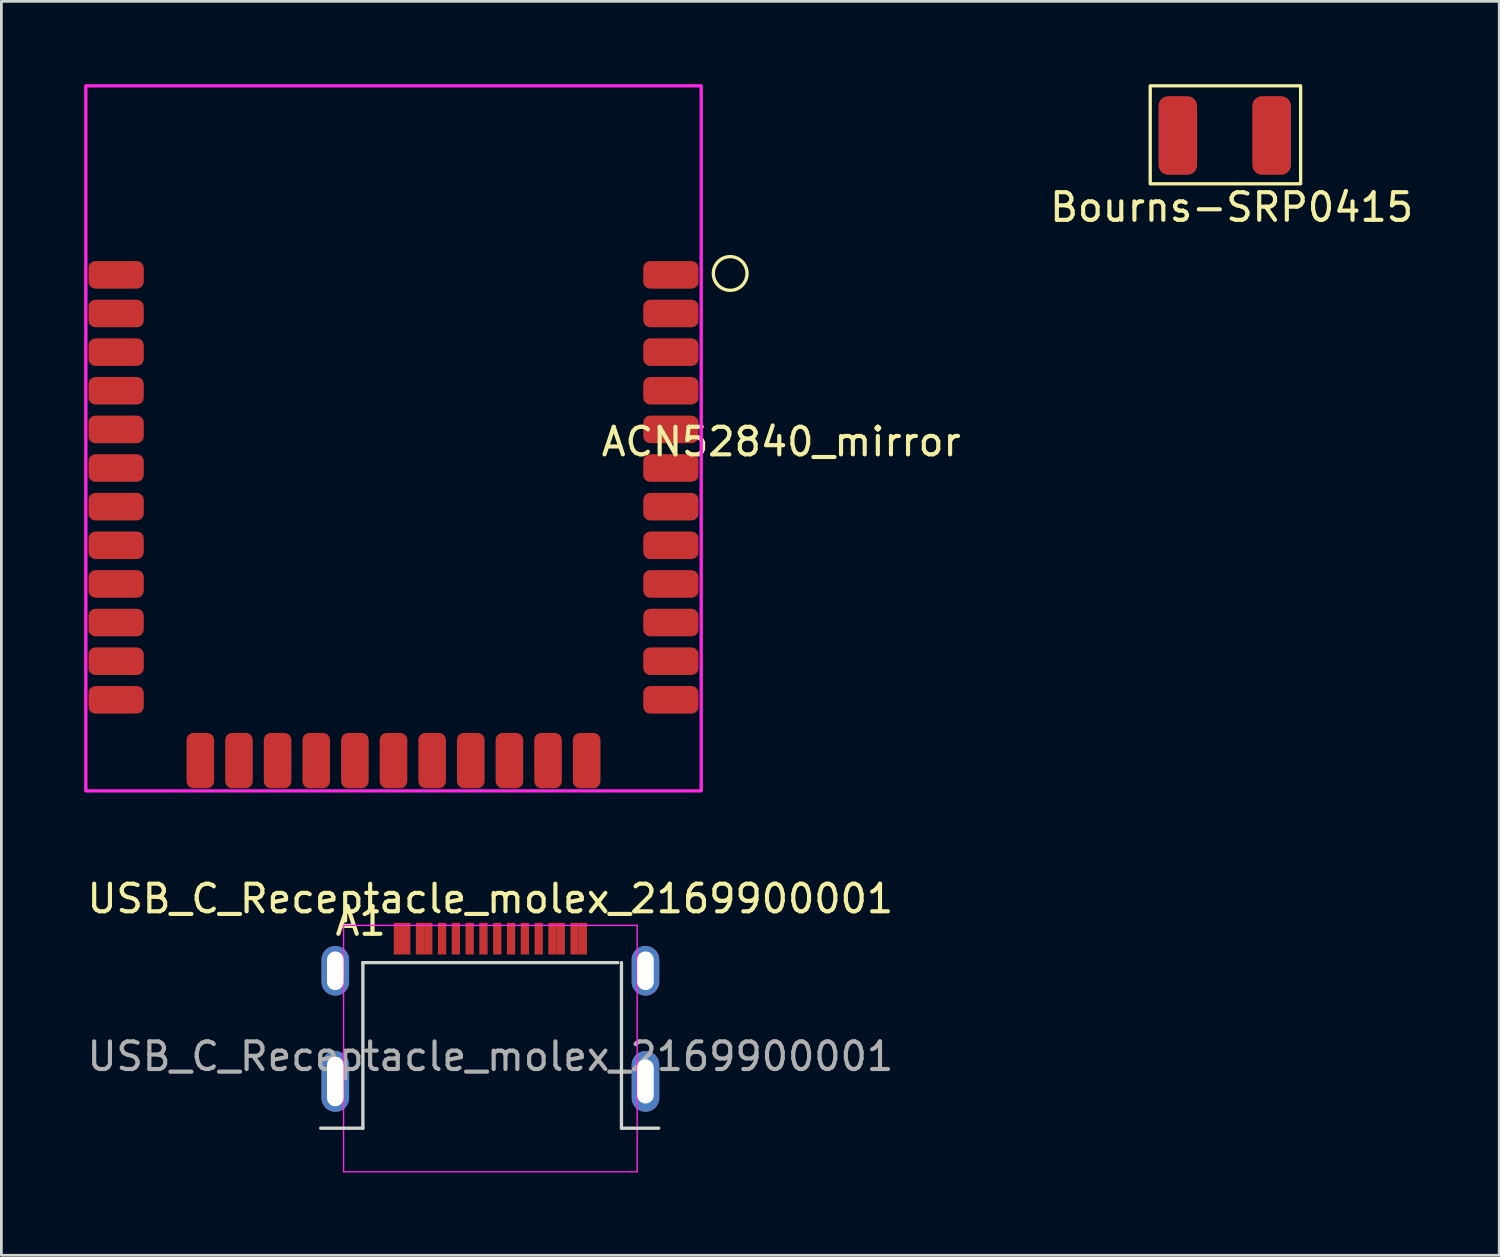
<source format=kicad_pcb>
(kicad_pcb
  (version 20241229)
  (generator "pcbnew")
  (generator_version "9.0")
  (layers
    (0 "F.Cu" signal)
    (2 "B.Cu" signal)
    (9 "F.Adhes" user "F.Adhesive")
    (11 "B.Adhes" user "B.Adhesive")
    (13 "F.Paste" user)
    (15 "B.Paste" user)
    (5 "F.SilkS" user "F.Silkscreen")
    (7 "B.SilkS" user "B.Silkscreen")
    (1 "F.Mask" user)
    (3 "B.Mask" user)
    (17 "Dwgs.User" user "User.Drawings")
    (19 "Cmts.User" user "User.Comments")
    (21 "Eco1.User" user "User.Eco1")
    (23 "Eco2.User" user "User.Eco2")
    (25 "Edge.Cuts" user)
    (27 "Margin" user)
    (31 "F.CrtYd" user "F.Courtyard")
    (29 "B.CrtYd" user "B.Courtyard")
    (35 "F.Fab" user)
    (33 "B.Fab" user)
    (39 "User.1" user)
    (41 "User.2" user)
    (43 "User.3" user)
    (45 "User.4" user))
  (footprint "Bourns-SRP0415"
    (layer "F.Cu")
    (at 41.331 1.86)
    (property "Reference" "Bourns-SRP0415" (at 0.25 2.6 0) (unlocked yes) (layer "F.SilkS") (effects (font (size 1 1) (thickness 0.15))))
    (attr smd)
    (fp_rect (start -2.7 -1.8) (end 2.75 1.75) (stroke (width 0.12) (type solid)) (fill no) (layer "F.SilkS"))
    (pad "1" smd roundrect (at -1.7 0) (size 1.4 2.85) (layers "F.Cu" "F.Mask" "F.Paste") (roundrect_rratio 0.25))
    (pad "2" smd roundrect (at 1.7 0) (size 1.4 2.85) (layers "F.Cu" "F.Mask" "F.Paste") (roundrect_rratio 0.25)))
  (footprint "ACN52840_mirror"
    (layer "F.Cu")
    (at 11.21 15.31)
    (property "Reference" "ACN52840_mirror" (at 14.05 -2.35 0) (unlocked yes) (layer "F.SilkS") (effects (font (size 1 1) (thickness 0.15))))
    (attr smd)
    (fp_circle (center 12.2 -8.45) (end 12.55 -7.95) (stroke (width 0.12) (type solid)) (fill no) (layer "F.SilkS"))
    (fp_line (start -11.025 -9.95) (end -8.75 -9.95) (stroke (width 0.12) (type solid)) (layer "Eco2.User"))
    (fp_line (start -8.75 -9.95) (end -8.75 7.85) (stroke (width 0.12) (type solid)) (layer "Eco2.User"))
    (fp_line (start -8.75 7.85) (end 8.7 7.85) (stroke (width 0.12) (type solid)) (layer "Eco2.User"))
    (fp_line (start 8.7 -9.95) (end 11.15 -9.95) (stroke (width 0.12) (type solid)) (layer "Eco2.User"))
    (fp_line (start 8.7 7.85) (end 8.7 -9.95) (stroke (width 0.12) (type solid)) (layer "Eco2.User"))
    (fp_rect (start 11.15 -15.25) (end -11.15 10.3) (stroke (width 0.12) (type solid)) (fill no) (layer "F.CrtYd"))
    (pad "1" smd roundrect (at 10.05 -8.4) (size 2 1) (layers "F.Cu" "F.Mask" "F.Paste") (roundrect_rratio 0.25))
    (pad "2" smd roundrect (at 10.05 -7) (size 2 1) (layers "F.Cu" "F.Mask" "F.Paste") (roundrect_rratio 0.25))
    (pad "3" smd roundrect (at 10.05 -5.6) (size 2 1) (layers "F.Cu" "F.Mask" "F.Paste") (roundrect_rratio 0.25))
    (pad "4" smd roundrect (at 10.05 -4.2) (size 2 1) (layers "F.Cu" "F.Mask" "F.Paste") (roundrect_rratio 0.25))
    (pad "5" smd roundrect (at 10.05 -2.8) (size 2 1) (layers "F.Cu" "F.Mask" "F.Paste") (roundrect_rratio 0.25))
    (pad "6" smd roundrect (at 10.05 -1.4) (size 2 1) (layers "F.Cu" "F.Mask" "F.Paste") (roundrect_rratio 0.25))
    (pad "7" smd roundrect (at 10.05 0) (size 2 1) (layers "F.Cu" "F.Mask" "F.Paste") (roundrect_rratio 0.25))
    (pad "8" smd roundrect (at 10.05 1.4) (size 2 1) (layers "F.Cu" "F.Mask" "F.Paste") (roundrect_rratio 0.25))
    (pad "9" smd roundrect (at 10.05 2.8) (size 2 1) (layers "F.Cu" "F.Mask" "F.Paste") (roundrect_rratio 0.25))
    (pad "10" smd roundrect (at 10.05 4.2) (size 2 1) (layers "F.Cu" "F.Mask" "F.Paste") (roundrect_rratio 0.25))
    (pad "11" smd roundrect (at 10.05 5.6) (size 2 1) (layers "F.Cu" "F.Mask" "F.Paste") (roundrect_rratio 0.25))
    (pad "12" smd roundrect (at 10.05 7) (size 2 1) (layers "F.Cu" "F.Mask" "F.Paste") (roundrect_rratio 0.25))
    (pad "13" smd roundrect (at 7 9.2 90) (size 2 1) (layers "F.Cu" "F.Mask" "F.Paste") (roundrect_rratio 0.25))
    (pad "14" smd roundrect (at 5.6 9.2 90) (size 2 1) (layers "F.Cu" "F.Mask" "F.Paste") (roundrect_rratio 0.25))
    (pad "15" smd roundrect (at 4.2 9.2 90) (size 2 1) (layers "F.Cu" "F.Mask" "F.Paste") (roundrect_rratio 0.25))
    (pad "16" smd roundrect (at 2.8 9.2 90) (size 2 1) (layers "F.Cu" "F.Mask" "F.Paste") (roundrect_rratio 0.25))
    (pad "17" smd roundrect (at 1.4 9.2 90) (size 2 1) (layers "F.Cu" "F.Mask" "F.Paste") (roundrect_rratio 0.25))
    (pad "18" smd roundrect (at 0 9.2 90) (size 2 1) (layers "F.Cu" "F.Mask" "F.Paste") (roundrect_rratio 0.25))
    (pad "19" smd roundrect (at -1.4 9.2 90) (size 2 1) (layers "F.Cu" "F.Mask" "F.Paste") (roundrect_rratio 0.25))
    (pad "20" smd roundrect (at -2.8 9.2 90) (size 2 1) (layers "F.Cu" "F.Mask" "F.Paste") (roundrect_rratio 0.25))
    (pad "21" smd roundrect (at -4.2 9.2 90) (size 2 1) (layers "F.Cu" "F.Mask" "F.Paste") (roundrect_rratio 0.25))
    (pad "22" smd roundrect (at -5.6 9.2 90) (size 2 1) (layers "F.Cu" "F.Mask" "F.Paste") (roundrect_rratio 0.25))
    (pad "23" smd roundrect (at -7 9.2 90) (size 2 1) (layers "F.Cu" "F.Mask" "F.Paste") (roundrect_rratio 0.25))
    (pad "24" smd roundrect (at -10.05 7 180) (size 2 1) (layers "F.Cu" "F.Mask" "F.Paste") (roundrect_rratio 0.25))
    (pad "25" smd roundrect (at -10.05 5.6 180) (size 2 1) (layers "F.Cu" "F.Mask" "F.Paste") (roundrect_rratio 0.25))
    (pad "26" smd roundrect (at -10.05 4.2 180) (size 2 1) (layers "F.Cu" "F.Mask" "F.Paste") (roundrect_rratio 0.25))
    (pad "27" smd roundrect (at -10.05 2.8 180) (size 2 1) (layers "F.Cu" "F.Mask" "F.Paste") (roundrect_rratio 0.25))
    (pad "28" smd roundrect (at -10.05 1.4 180) (size 2 1) (layers "F.Cu" "F.Mask" "F.Paste") (roundrect_rratio 0.25))
    (pad "29" smd roundrect (at -10.05 0 180) (size 2 1) (layers "F.Cu" "F.Mask" "F.Paste") (roundrect_rratio 0.25))
    (pad "30" smd roundrect (at -10.05 -1.4 180) (size 2 1) (layers "F.Cu" "F.Mask" "F.Paste") (roundrect_rratio 0.25))
    (pad "31" smd roundrect (at -10.05 -2.8 180) (size 2 1) (layers "F.Cu" "F.Mask" "F.Paste") (roundrect_rratio 0.25))
    (pad "32" smd roundrect (at -10.05 -4.2 180) (size 2 1) (layers "F.Cu" "F.Mask" "F.Paste") (roundrect_rratio 0.25))
    (pad "33" smd roundrect (at -10.05 -5.6 180) (size 2 1) (layers "F.Cu" "F.Mask" "F.Paste") (roundrect_rratio 0.25))
    (pad "34" smd roundrect (at -10.05 -7 180) (size 2 1) (layers "F.Cu" "F.Mask" "F.Paste") (roundrect_rratio 0.25))
    (pad "35" smd roundrect (at -10.05 -8.4 180) (size 2 1) (layers "F.Cu" "F.Mask" "F.Paste") (roundrect_rratio 0.25)))
  (footprint "USB_C_Receptacle_molex_2169900001"
    (layer "F.Cu")
    (at 14.72 35.233)
    (property "Reference" "USB_C_Receptacle_molex_2169900001" (at 0 -5.715 0) (layer "F.SilkS") (effects (font (size 1 1) (thickness 0.15))))
    (attr smd)
    (fp_line (start -6.15 2.6) (end -4.62 2.6) (stroke (width 0.12) (type solid)) (layer "Edge.Cuts"))
    (fp_line (start -4.62 -3.4) (end 4.62 -3.4) (stroke (width 0.12) (type solid)) (layer "Edge.Cuts"))
    (fp_line (start -4.62 2.6) (end -4.62 -3.4) (stroke (width 0.12) (type solid)) (layer "Edge.Cuts"))
    (fp_line (start 4.75 -3.4) (end 4.75 2.6) (stroke (width 0.12) (type solid)) (layer "Edge.Cuts"))
    (fp_line (start 4.75 2.6) (end 6.1 2.6) (stroke (width 0.12) (type solid)) (layer "Edge.Cuts"))
    (fp_line (start -5.32 -4.75) (end 5.32 -4.75) (stroke (width 0.05) (type solid)) (layer "F.CrtYd"))
    (fp_line (start -5.32 4.18) (end -5.32 -4.75) (stroke (width 0.05) (type solid)) (layer "F.CrtYd"))
    (fp_line (start 5.32 -4.75) (end 5.32 4.18) (stroke (width 0.05) (type solid)) (layer "F.CrtYd"))
    (fp_line (start 5.32 4.18) (end -5.32 4.18) (stroke (width 0.05) (type solid)) (layer "F.CrtYd"))
    (fp_text user "A1" (at -4.7 -4.9 0) (unlocked yes) (layer "F.SilkS") (effects (font (size 1 1) (thickness 0.15))))
    (fp_text user "${REFERENCE}" (at 0 0 0) (layer "F.Fab") (effects (font (size 1 1) (thickness 0.15))))
    (pad "A1" smd rect (at -3.35 -4.27) (size 0.3 1.15) (layers "F.Cu" "F.Mask" "F.Paste"))
    (pad "A4" smd rect (at -2.55 -4.27) (size 0.3 1.15) (layers "F.Cu" "F.Mask" "F.Paste"))
    (pad "A5" smd rect (at -1.25 -4.27) (size 0.3 1.15) (layers "F.Cu" "F.Mask" "F.Paste"))
    (pad "A6" smd rect (at -0.25 -4.27) (size 0.3 1.15) (layers "F.Cu" "F.Mask" "F.Paste"))
    (pad "A7" smd rect (at 0.25 -4.27) (size 0.3 1.15) (layers "F.Cu" "F.Mask" "F.Paste"))
    (pad "A8" smd rect (at 1.25 -4.27) (size 0.3 1.15) (layers "F.Cu" "F.Mask" "F.Paste"))
    (pad "A9" smd rect (at 2.55 -4.27) (size 0.3 1.15) (layers "F.Cu" "F.Mask" "F.Paste"))
    (pad "A12" smd rect (at 3.35 -4.27) (size 0.3 1.15) (layers "F.Cu" "F.Mask" "F.Paste"))
    (pad "B1" smd rect (at 3.05 -4.27) (size 0.3 1.15) (layers "F.Cu" "F.Mask" "F.Paste"))
    (pad "B4" smd rect (at 2.25 -4.27) (size 0.3 1.15) (layers "F.Cu" "F.Mask" "F.Paste"))
    (pad "B5" smd rect (at 1.75 -4.27) (size 0.3 1.15) (layers "F.Cu" "F.Mask" "F.Paste"))
    (pad "B6" smd rect (at 0.75 -4.27) (size 0.3 1.15) (layers "F.Cu" "F.Mask" "F.Paste"))
    (pad "B7" smd rect (at -0.75 -4.27) (size 0.3 1.15) (layers "F.Cu" "F.Mask" "F.Paste"))
    (pad "B8" smd rect (at -1.75 -4.27) (size 0.3 1.15) (layers "F.Cu" "F.Mask" "F.Paste"))
    (pad "B9" smd rect (at -2.25 -4.27) (size 0.3 1.15) (layers "F.Cu" "F.Mask" "F.Paste"))
    (pad "B12" smd rect (at -3.05 -4.27) (size 0.3 1.15) (layers "F.Cu" "F.Mask" "F.Paste"))
    (pad "S1" thru_hole oval (at -5.62 -3.105) (size 1 1.8) (drill oval 0.6 1.4) (layers "*.Cu" "*.Mask"))
    (pad "S1" thru_hole oval (at -5.62 0.905) (size 1 2.2) (drill oval 0.6 1.8) (layers "*.Cu" "*.Mask"))
    (pad "S1" thru_hole oval (at 5.62 -3.105) (size 1 1.8) (drill oval 0.6 1.4) (layers "*.Cu" "*.Mask"))
    (pad "S1" thru_hole oval (at 5.62 0.905) (size 1 2.2) (drill oval 0.6 1.6) (layers "*.Cu" "*.Mask")))
  (gr_rect
    (start -3 -3)
    (end 51.278 42.438)
    (stroke (width 0.1) (type default))
    (fill no)
    (layer "Edge.Cuts")))
</source>
